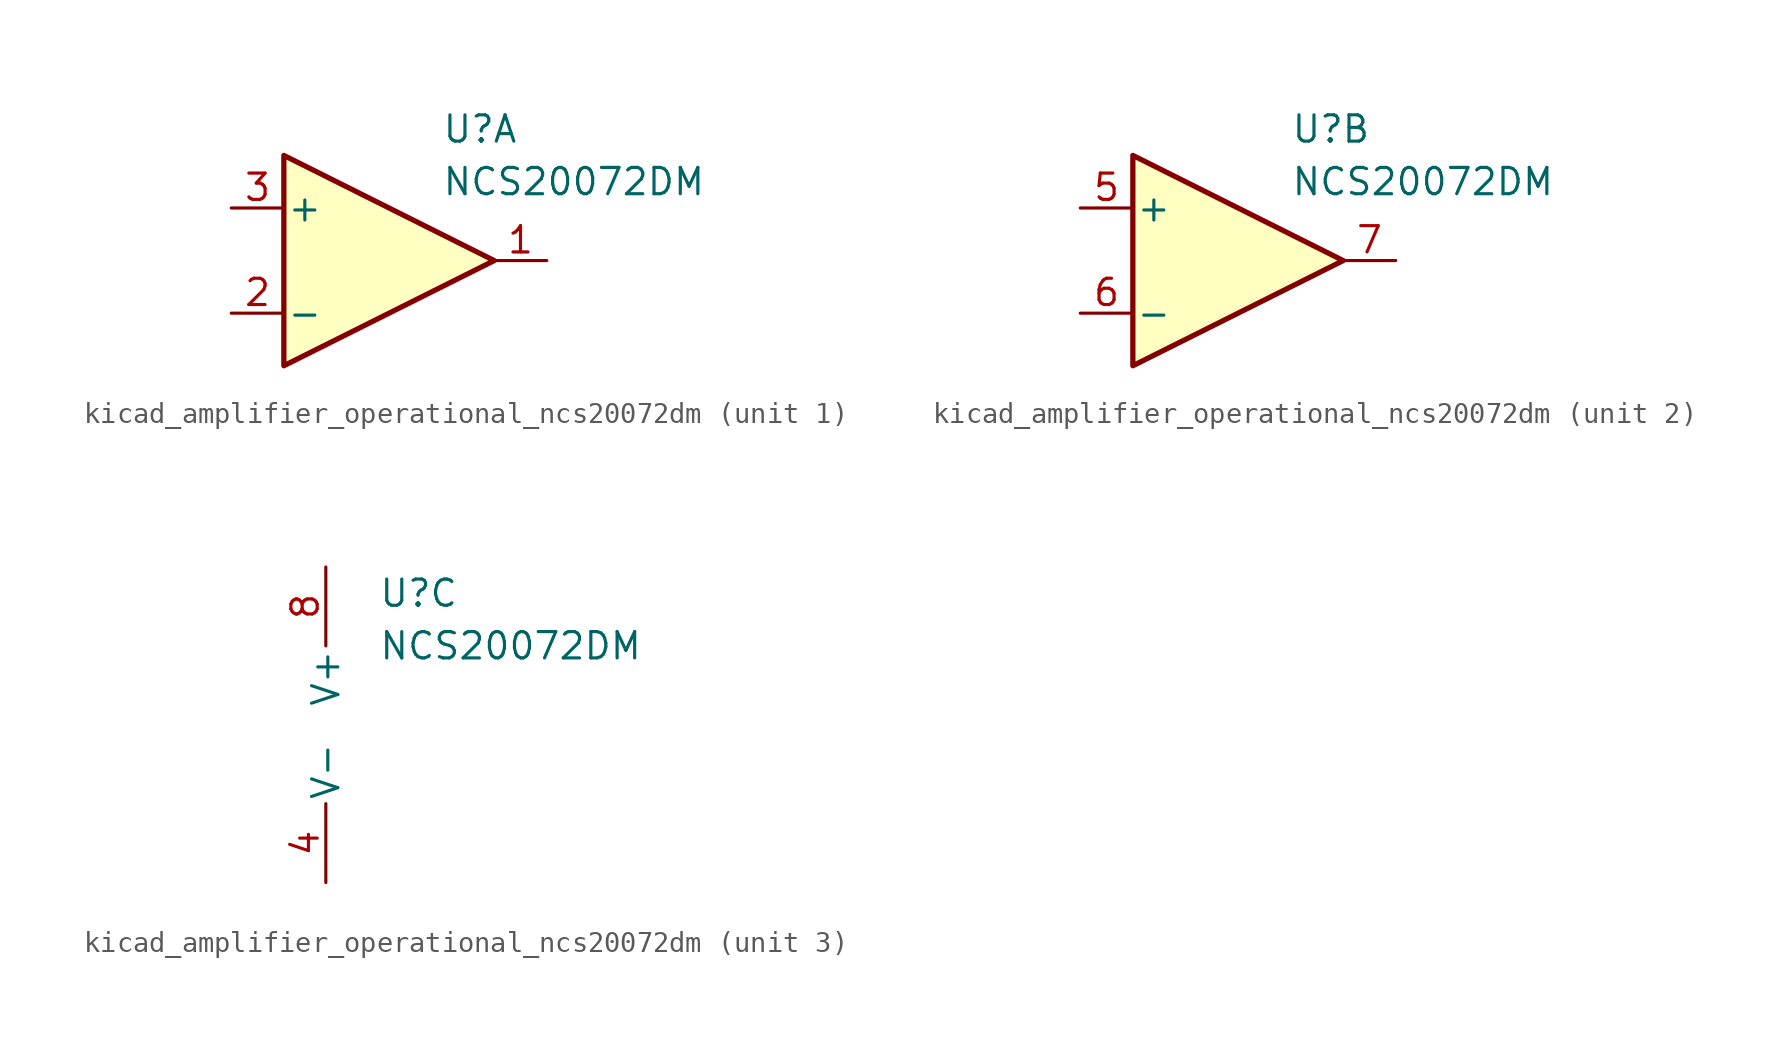
<source format=kicad_sym>
(kicad_symbol_lib
  (version 20220914)
  (generator kicad_symbol_editor)
  (symbol "kicad_amplifier_operational_ncs20072dm"
    (pin_names
      (offset 0.127))
    (property "Reference" "U"
      (at 2.54 6.35 0)
      (effects (font (size 1.27 1.27)) (justify left)))
    (property "Value" "NCS20072DM"
      (at 2.54 3.81 0)
      (effects (font (size 1.27 1.27)) (justify left)))
    (property "ki_locked" ""
      (at 0 0 0)
      (effects (font (size 1.27 1.27))))
    (symbol "kicad_amplifier_operational_ncs20072dm_1_1"
      (polyline (pts (xy 5.08 0) (xy -5.08 5.08) (xy -5.08 -5.08) (xy 5.08 0)) (stroke (width 0.254) (type default)) (fill (type background)))
      (pin output line (at 7.62 0 180) (length 2.54) (name "~" (effects (font (size 1.27 1.27)))) (number "1" (effects (font (size 1.27 1.27)))))
      (pin input line (at -7.62 -2.54 0) (length 2.54) (name "-" (effects (font (size 1.27 1.27)))) (number "2" (effects (font (size 1.27 1.27)))))
      (pin input line (at -7.62 2.54 0) (length 2.54) (name "+" (effects (font (size 1.27 1.27)))) (number "3" (effects (font (size 1.27 1.27))))))
    (symbol "kicad_amplifier_operational_ncs20072dm_2_1"
      (polyline (pts (xy 5.08 0) (xy -5.08 5.08) (xy -5.08 -5.08) (xy 5.08 0)) (stroke (width 0.254) (type default)) (fill (type background)))
      (pin input line (at -7.62 2.54 0) (length 2.54) (name "+" (effects (font (size 1.27 1.27)))) (number "5" (effects (font (size 1.27 1.27)))))
      (pin input line (at -7.62 -2.54 0) (length 2.54) (name "-" (effects (font (size 1.27 1.27)))) (number "6" (effects (font (size 1.27 1.27)))))
      (pin output line (at 7.62 0 180) (length 2.54) (name "~" (effects (font (size 1.27 1.27)))) (number "7" (effects (font (size 1.27 1.27))))))
    (symbol "kicad_amplifier_operational_ncs20072dm_3_1"
      (pin power_in line (at 0 -7.62 90) (length 3.81) (name "V-" (effects (font (size 1.27 1.27)))) (number "4" (effects (font (size 1.27 1.27)))))
      (pin power_in line (at 0 7.62 270) (length 3.81) (name "V+" (effects (font (size 1.27 1.27)))) (number "8" (effects (font (size 1.27 1.27))))))))
</source>
